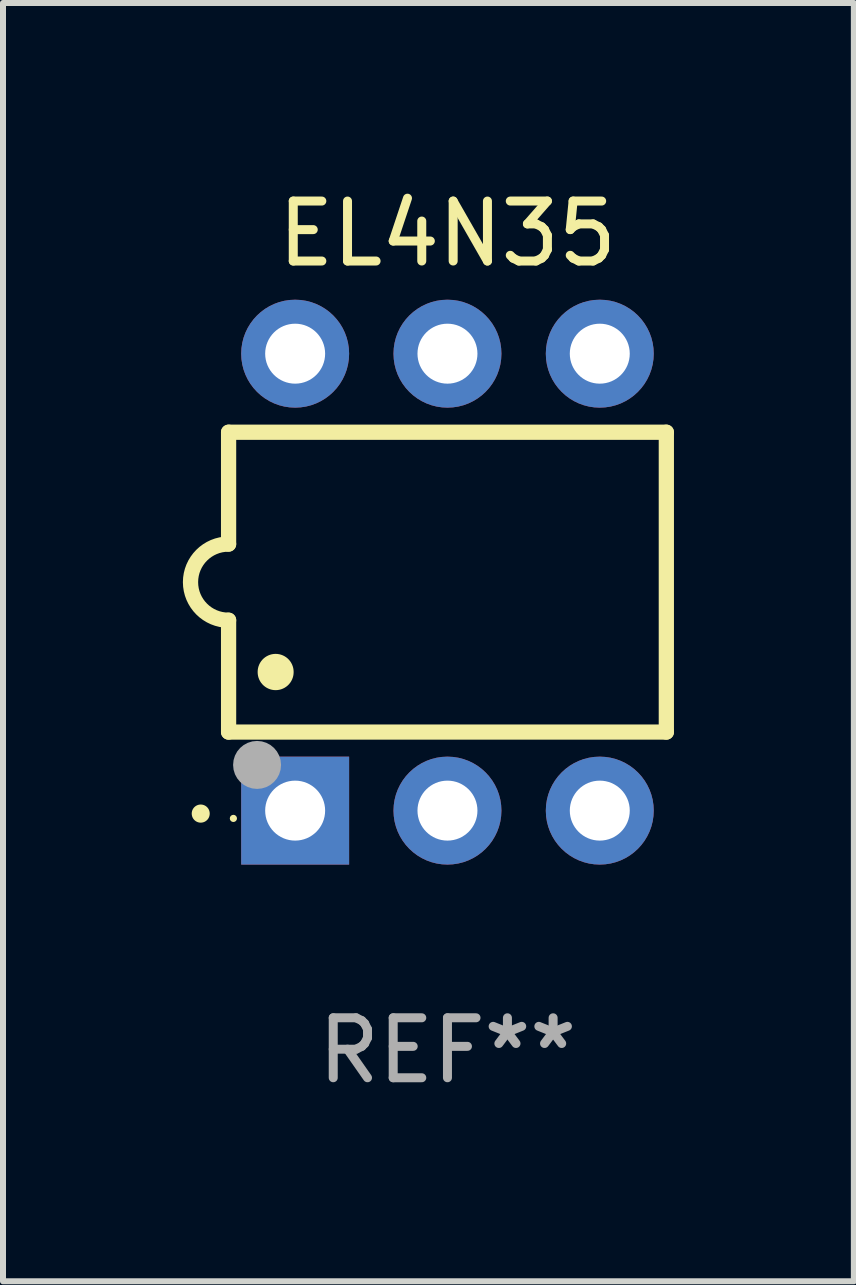
<source format=kicad_pcb>
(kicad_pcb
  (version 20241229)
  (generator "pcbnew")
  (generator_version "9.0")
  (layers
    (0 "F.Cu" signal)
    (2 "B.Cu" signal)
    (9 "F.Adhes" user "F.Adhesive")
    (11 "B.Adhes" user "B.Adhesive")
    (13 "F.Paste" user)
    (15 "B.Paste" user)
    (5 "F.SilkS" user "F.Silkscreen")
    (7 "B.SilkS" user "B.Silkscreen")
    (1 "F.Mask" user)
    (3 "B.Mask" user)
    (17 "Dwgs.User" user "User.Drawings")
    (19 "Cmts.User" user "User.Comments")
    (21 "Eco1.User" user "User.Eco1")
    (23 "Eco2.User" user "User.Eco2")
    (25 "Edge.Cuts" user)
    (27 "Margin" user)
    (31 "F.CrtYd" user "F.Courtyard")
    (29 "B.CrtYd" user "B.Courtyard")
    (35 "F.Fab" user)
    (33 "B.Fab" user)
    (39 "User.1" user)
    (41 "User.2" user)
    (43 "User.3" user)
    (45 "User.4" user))
  (footprint "EL4N35"
    (layer "F.Cu")
    (at 4.412 6.658)
    (property "Reference" "EL4N35" (at 0 -5.81 0) (layer "F.SilkS") (effects (font (size 1 1) (thickness 0.15))))
    (attr through_hole)
    (fp_line (start -3.65 -2.5) (end 3.65 -2.5) (stroke (width 0.254) (type solid)) (layer "F.SilkS"))
    (fp_line (start -3.65 -0.635) (end -3.65 -2.5) (stroke (width 0.254) (type solid)) (layer "F.SilkS"))
    (fp_line (start -3.65 0.635) (end -3.65 2.5) (stroke (width 0.254) (type solid)) (layer "F.SilkS"))
    (fp_line (start -3.65 2.5) (end 3.65 2.5) (stroke (width 0.254) (type solid)) (layer "F.SilkS"))
    (fp_line (start 3.65 -2.5) (end 3.65 2.5) (stroke (width 0.254) (type solid)) (layer "F.SilkS"))
    (fp_arc (start -4.114808 3.860808) (mid -4.114813 3.859538) (end -4.114808 3.858268) (stroke (width 0.3) (type solid)) (layer "F.SilkS"))
    (fp_arc (start -3.650013 0.635001) (mid -4.285014 0) (end -3.650013 -0.635001) (stroke (width 0.254001) (type solid)) (layer "F.SilkS"))
    (fp_arc (start -2.865405 1.501143) (mid -2.865416 1.498603) (end -2.865405 1.496063) (stroke (width 0.6) (type solid)) (layer "F.SilkS"))
    (fp_circle (center -3.57 3.94) (end -3.54 3.94) (stroke (width 0.06) (type solid)) (fill no) (layer "F.SilkS"))
    (fp_circle (center -3.175 3.048) (end -2.975 3.048) (stroke (width 0.4) (type solid)) (fill no) (layer "F.Fab"))
    (fp_text user "REF**" (at 0 7.81 0) (layer "F.Fab") (effects (font (size 1 1) (thickness 0.15))))
    (pad "1" thru_hole rect (at -2.54 3.81 90) (size 1.8 1.8) (drill 1) (layers "*.Cu" "*.Mask"))
    (pad "2" thru_hole circle (at 0 3.81) (size 1.8 1.8) (drill 1) (layers "*.Cu" "*.Mask"))
    (pad "3" thru_hole circle (at 2.54 3.81) (size 1.8 1.8) (drill 1) (layers "*.Cu" "*.Mask"))
    (pad "4" thru_hole circle (at 2.54 -3.81) (size 1.8 1.8) (drill 1) (layers "*.Cu" "*.Mask"))
    (pad "5" thru_hole circle (at 0 -3.81) (size 1.8 1.8) (drill 1) (layers "*.Cu" "*.Mask"))
    (pad "6" thru_hole circle (at -2.54 -3.81) (size 1.8 1.8) (drill 1) (layers "*.Cu" "*.Mask")))
  (gr_rect
    (start -3 -3)
    (end 11.189 18.317)
    (stroke (width 0.1) (type default))
    (fill no)
    (layer "Edge.Cuts")))
</source>
